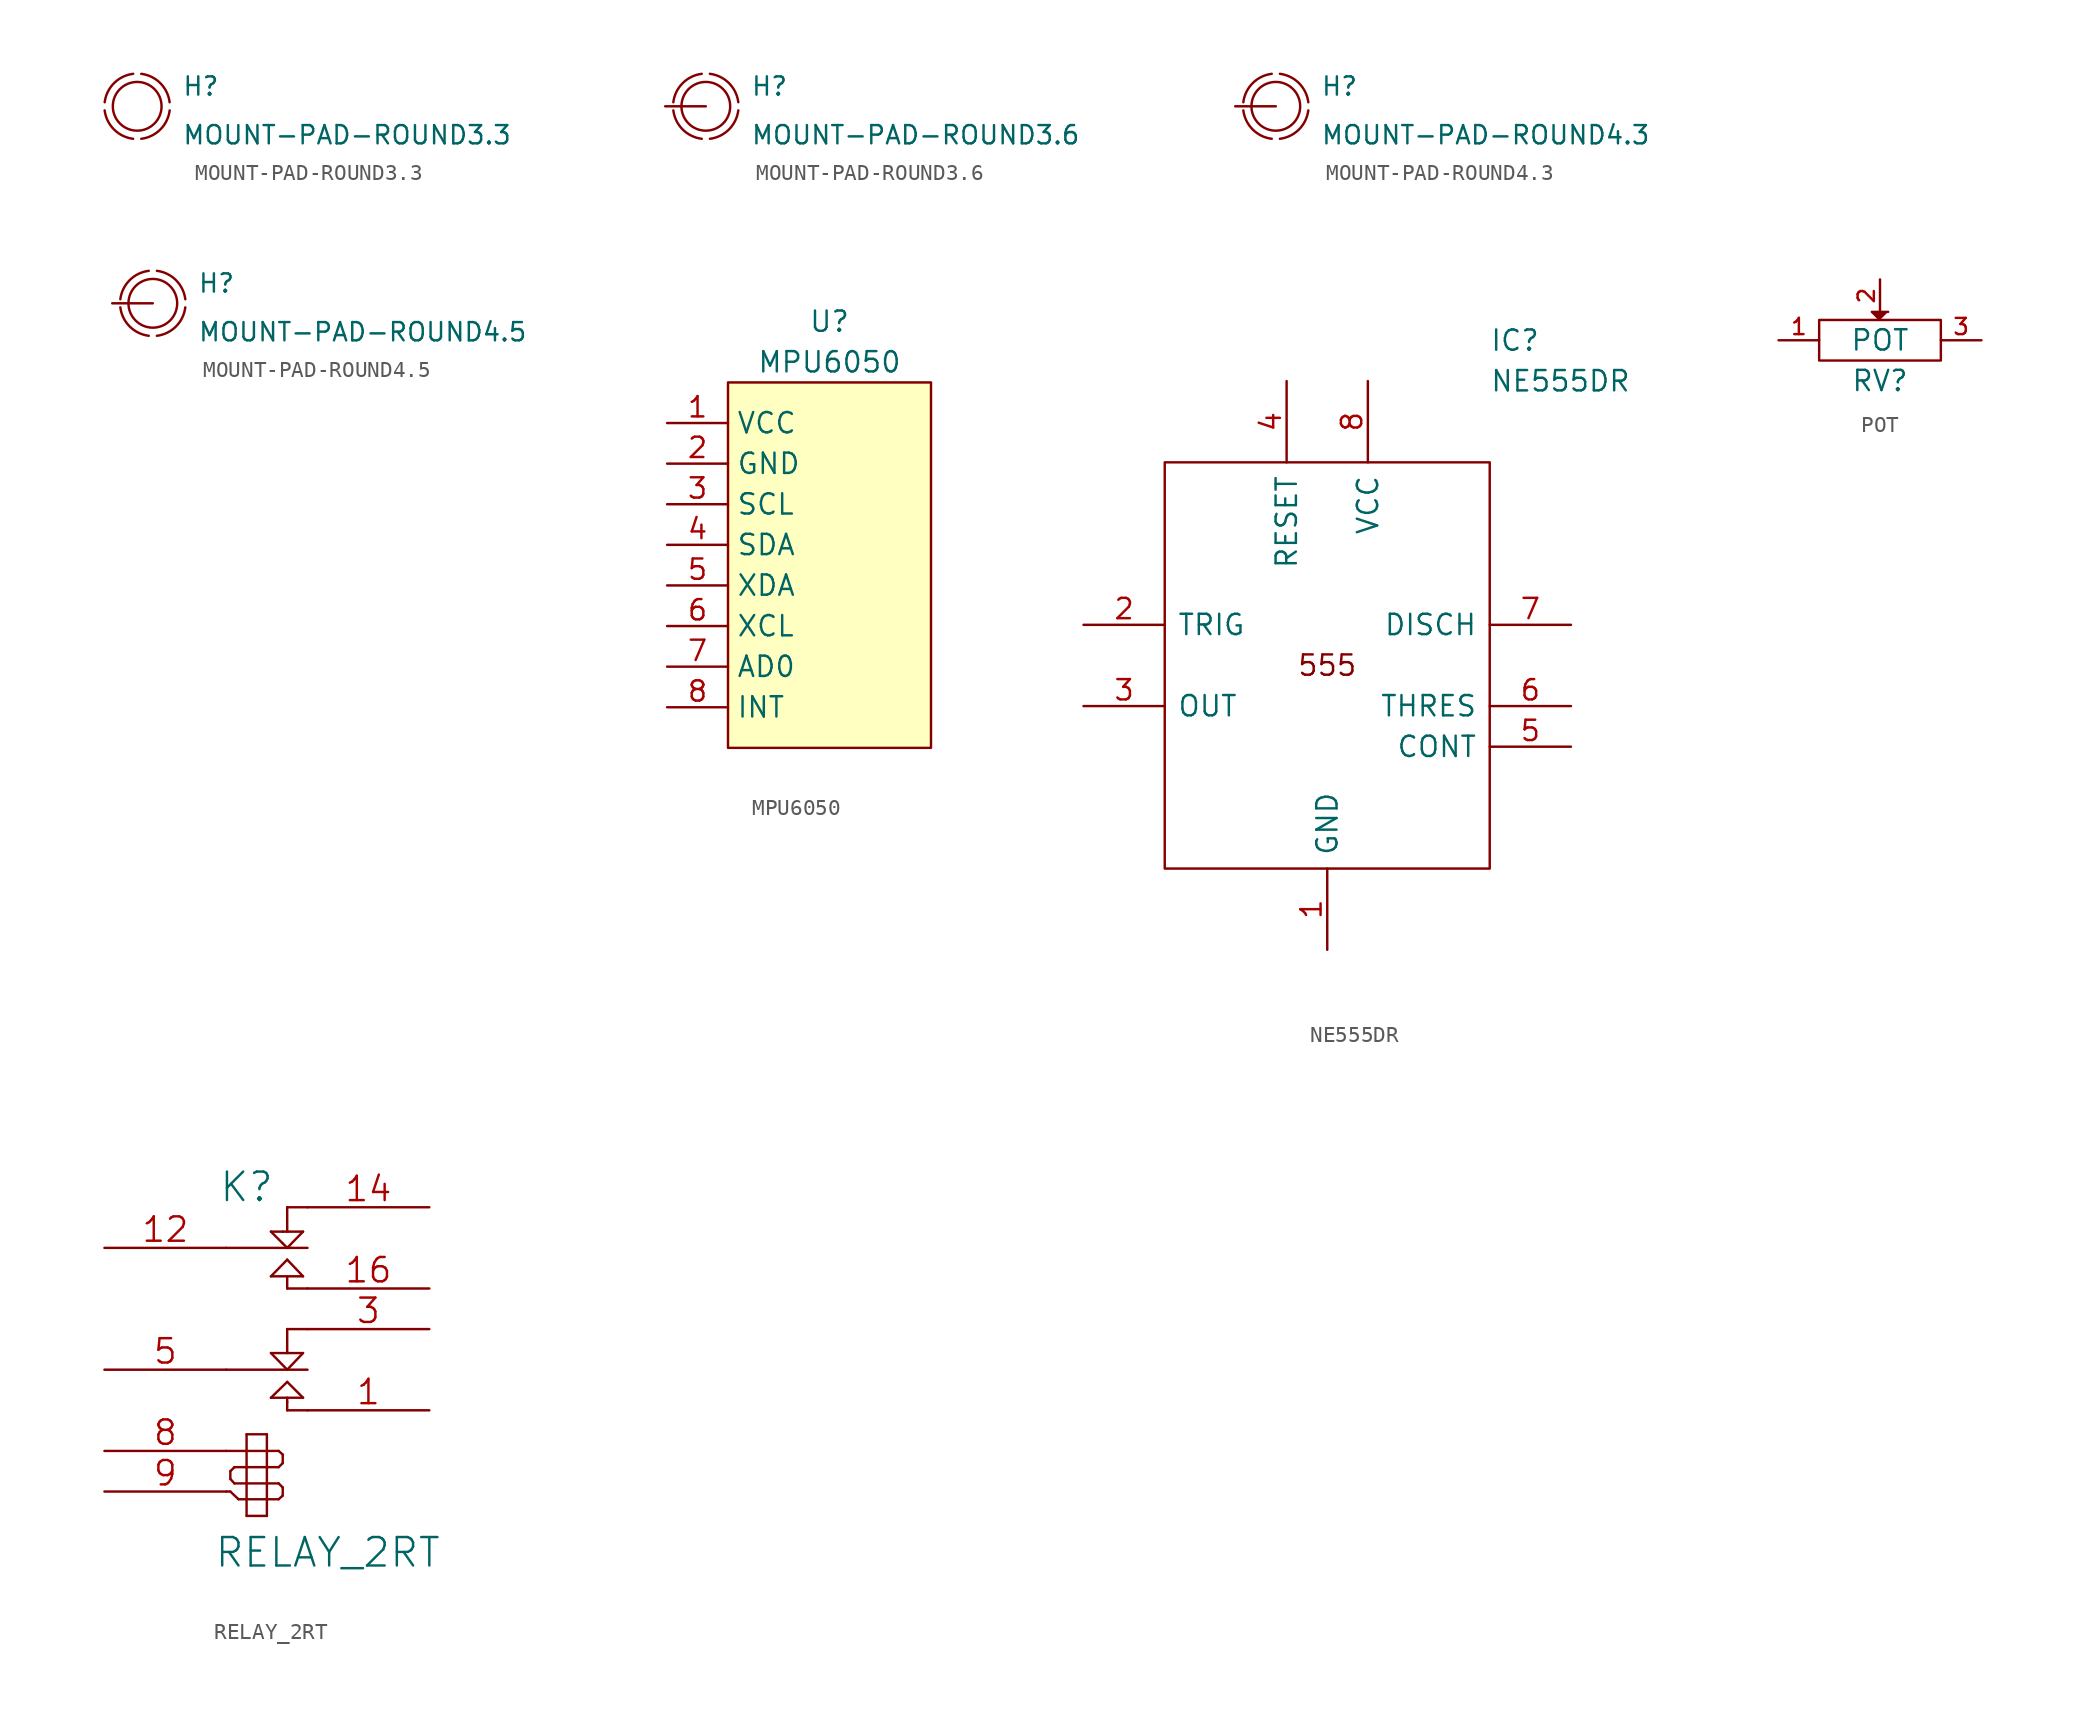
<source format=kicad_sym>
(kicad_symbol_lib
  (version 20220102)
  (generator kicad_symbol_editor)
  (symbol "MOUNT-PAD-ROUND3.3"
    (pin_numbers hide)
    (pin_names hide)
    (property "Reference" "H"
      (at 2.794 0.584 0)
      (effects (font (size 1.143 1.143)) (justify left bottom)))
    (property "Value" "MOUNT-PAD-ROUND3.3"
      (at 2.794 -2.464 0)
      (effects (font (size 1.143 1.143)) (justify left bottom)))
    (property "ki_locked" ""
      (at 0 0 0)
      (effects (font (size 1.27 1.27))))
    (symbol "MOUNT-PAD-ROUND3.3_1_1"
      (arc (start -2.032 -0.254) (mid -1.448 -1.448) (end -0.254 -2.032) (stroke (width 0) (type default)) (fill (type none)))
      (arc (start -0.254 2.032) (mid -1.448 1.448) (end -2.032 0.254) (stroke (width 0) (type default)) (fill (type none)))
      (circle (center 0 0) (radius 1.524) (stroke (width 0) (type default)) (fill (type none)))
      (arc (start 0.254 -2.032) (mid 1.448 -1.448) (end 2.032 -0.254) (stroke (width 0) (type default)) (fill (type none)))
      (arc (start 2.032 0.254) (mid 1.448 1.448) (end 0.254 2.032) (stroke (width 0) (type default)) (fill (type none)))))
  (symbol "MOUNT-PAD-ROUND3.6"
    (pin_numbers hide)
    (pin_names hide)
    (property "Reference" "H"
      (at 2.794 0.584 0)
      (effects (font (size 1.143 1.143)) (justify left bottom)))
    (property "Value" "MOUNT-PAD-ROUND3.6"
      (at 2.794 -2.464 0)
      (effects (font (size 1.143 1.143)) (justify left bottom)))
    (property "ki_locked" ""
      (at 0 0 0)
      (effects (font (size 1.27 1.27))))
    (symbol "MOUNT-PAD-ROUND3.6_1_1"
      (arc (start -2.032 -0.254) (mid -1.448 -1.448) (end -0.254 -2.032) (stroke (width 0) (type default)) (fill (type none)))
      (arc (start -0.254 2.032) (mid -1.448 1.448) (end -2.032 0.254) (stroke (width 0) (type default)) (fill (type none)))
      (circle (center 0 0) (radius 1.524) (stroke (width 0) (type default)) (fill (type none)))
      (arc (start 0.254 -2.032) (mid 1.448 -1.448) (end 2.032 -0.254) (stroke (width 0) (type default)) (fill (type none)))
      (arc (start 2.032 0.254) (mid 1.448 1.448) (end 0.254 2.032) (stroke (width 0) (type default)) (fill (type none)))
      (pin passive line (at -2.54 0 0) (length 2.54) (name "MOUNT" (effects (font (size 1.016 1.016)))) (number "B3,6" (effects (font (size 1.016 1.016)))))))
  (symbol "MOUNT-PAD-ROUND4.3"
    (pin_numbers hide)
    (pin_names hide)
    (property "Reference" "H"
      (at 2.794 0.584 0)
      (effects (font (size 1.143 1.143)) (justify left bottom)))
    (property "Value" "MOUNT-PAD-ROUND4.3"
      (at 2.794 -2.464 0)
      (effects (font (size 1.143 1.143)) (justify left bottom)))
    (property "ki_locked" ""
      (at 0 0 0)
      (effects (font (size 1.27 1.27))))
    (symbol "MOUNT-PAD-ROUND4.3_1_1"
      (arc (start -2.032 -0.254) (mid -1.448 -1.448) (end -0.254 -2.032) (stroke (width 0) (type default)) (fill (type none)))
      (arc (start -0.254 2.032) (mid -1.448 1.448) (end -2.032 0.254) (stroke (width 0) (type default)) (fill (type none)))
      (circle (center 0 0) (radius 1.524) (stroke (width 0) (type default)) (fill (type none)))
      (arc (start 0.254 -2.032) (mid 1.448 -1.448) (end 2.032 -0.254) (stroke (width 0) (type default)) (fill (type none)))
      (arc (start 2.032 0.254) (mid 1.448 1.448) (end 0.254 2.032) (stroke (width 0) (type default)) (fill (type none)))
      (pin passive line (at -2.54 0 0) (length 2.54) (name "MOUNT" (effects (font (size 1.016 1.016)))) (number "B4,3" (effects (font (size 1.016 1.016)))))))
  (symbol "MOUNT-PAD-ROUND4.5"
    (pin_numbers hide)
    (pin_names hide)
    (property "Reference" "H"
      (at 2.794 0.584 0)
      (effects (font (size 1.143 1.143)) (justify left bottom)))
    (property "Value" "MOUNT-PAD-ROUND4.5"
      (at 2.794 -2.464 0)
      (effects (font (size 1.143 1.143)) (justify left bottom)))
    (property "ki_locked" ""
      (at 0 0 0)
      (effects (font (size 1.27 1.27))))
    (symbol "MOUNT-PAD-ROUND4.5_1_1"
      (arc (start -2.032 -0.254) (mid -1.448 -1.448) (end -0.254 -2.032) (stroke (width 0) (type default)) (fill (type none)))
      (arc (start -0.254 2.032) (mid -1.448 1.448) (end -2.032 0.254) (stroke (width 0) (type default)) (fill (type none)))
      (circle (center 0 0) (radius 1.524) (stroke (width 0) (type default)) (fill (type none)))
      (arc (start 0.254 -2.032) (mid 1.448 -1.448) (end 2.032 -0.254) (stroke (width 0) (type default)) (fill (type none)))
      (arc (start 2.032 0.254) (mid 1.448 1.448) (end 0.254 2.032) (stroke (width 0) (type default)) (fill (type none)))
      (pin passive line (at -2.54 0 0) (length 2.54) (name "MOUNT" (effects (font (size 1.016 1.016)))) (number "B4,5" (effects (font (size 1.016 1.016)))))))
  (symbol "MPU6050"
    (property "Reference" "U"
      (at 0 15.24 0)
      (effects (font (size 1.27 1.27))))
    (property "Value" "MPU6050"
      (at 0 12.7 0)
      (effects (font (size 1.27 1.27))))
    (symbol "MPU6050_0_1"
      (rectangle (start -6.35 11.43) (end 6.35 -11.43) (stroke (width 0) (type default)) (fill (type background))))
    (symbol "MPU6050_1_1"
      (pin input line (at -10.16 8.89 0) (length 3.81) (name "VCC" (effects (font (size 1.27 1.27)))) (number "1" (effects (font (size 1.27 1.27)))))
      (pin input line (at -10.16 6.35 0) (length 3.81) (name "GND" (effects (font (size 1.27 1.27)))) (number "2" (effects (font (size 1.27 1.27)))))
      (pin input line (at -10.16 3.81 0) (length 3.81) (name "SCL" (effects (font (size 1.27 1.27)))) (number "3" (effects (font (size 1.27 1.27)))))
      (pin input line (at -10.16 1.27 0) (length 3.81) (name "SDA" (effects (font (size 1.27 1.27)))) (number "4" (effects (font (size 1.27 1.27)))))
      (pin input line (at -10.16 -1.27 0) (length 3.81) (name "XDA" (effects (font (size 1.27 1.27)))) (number "5" (effects (font (size 1.27 1.27)))))
      (pin input line (at -10.16 -3.81 0) (length 3.81) (name "XCL" (effects (font (size 1.27 1.27)))) (number "6" (effects (font (size 1.27 1.27)))))
      (pin input line (at -10.16 -6.35 0) (length 3.81) (name "AD0" (effects (font (size 1.27 1.27)))) (number "7" (effects (font (size 1.27 1.27)))))
      (pin input line (at -10.16 -8.89 0) (length 3.81) (name "INT" (effects (font (size 1.27 1.27)))) (number "8" (effects (font (size 1.27 1.27)))))))
  (symbol "NE555DR"
    (pin_names
      (offset 0.762))
    (property "Reference" "IC"
      (at 25.4 17.78 0)
      (effects (font (size 1.27 1.27)) (justify left)))
    (property "Value" "NE555DR"
      (at 25.4 15.24 0)
      (effects (font (size 1.27 1.27)) (justify left)))
    (symbol "NE555DR_0_0"
      (pin bidirectional line (at 15.24 -20.32 90) (length 5.08) (name "GND" (effects (font (size 1.27 1.27)))) (number "1" (effects (font (size 1.27 1.27)))))
      (pin bidirectional line (at 0 0 0) (length 5.08) (name "TRIG" (effects (font (size 1.27 1.27)))) (number "2" (effects (font (size 1.27 1.27)))))
      (pin bidirectional line (at 0 -5.08 0) (length 5.08) (name "OUT" (effects (font (size 1.27 1.27)))) (number "3" (effects (font (size 1.27 1.27)))))
      (pin bidirectional line (at 12.7 15.24 270) (length 5.08) (name "RESET" (effects (font (size 1.27 1.27)))) (number "4" (effects (font (size 1.27 1.27)))))
      (pin bidirectional line (at 30.48 -7.62 180) (length 5.08) (name "CONT" (effects (font (size 1.27 1.27)))) (number "5" (effects (font (size 1.27 1.27)))))
      (pin bidirectional line (at 30.48 -5.08 180) (length 5.08) (name "THRES" (effects (font (size 1.27 1.27)))) (number "6" (effects (font (size 1.27 1.27)))))
      (pin bidirectional line (at 30.48 0 180) (length 5.08) (name "DISCH" (effects (font (size 1.27 1.27)))) (number "7" (effects (font (size 1.27 1.27)))))
      (pin bidirectional line (at 17.78 15.24 270) (length 5.08) (name "VCC" (effects (font (size 1.27 1.27)))) (number "8" (effects (font (size 1.27 1.27))))))
    (symbol "NE555DR_0_1"
      (polyline (pts (xy 5.08 10.16) (xy 25.4 10.16) (xy 25.4 -15.24) (xy 5.08 -15.24) (xy 5.08 10.16)) (stroke (width 0.152) (type default)) (fill (type none)))
      (text "555" (at 15.24 -2.54 0) (effects (font (size 1.27 1.27))))))
  (symbol "POT"
    (pin_names hide)
    (property "Reference" "RV"
      (at 0 -2.54 0)
      (effects (font (size 1.27 1.27))))
    (property "Value" "POT"
      (at 0 0 0)
      (effects (font (size 1.27 1.27))))
    (property "Footprint" ""
      (at 0 0 0)
      (effects (font (size 1.524 1.524))))
    (property "Datasheet" ""
      (at 0 0 0)
      (effects (font (size 1.524 1.524))))
    (symbol "POT_0_1"
      (rectangle (start -3.81 1.27) (end 3.81 -1.27) (stroke (width 0) (type default)) (fill (type none)))
      (polyline (pts (xy 0 1.27) (xy -0.508 1.778) (xy 0.508 1.778)) (stroke (width 0) (type default)) (fill (type outline))))
    (symbol "POT_1_1"
      (pin passive line (at -6.35 0 0) (length 2.54) (name "1" (effects (font (size 1.016 1.016)))) (number "1" (effects (font (size 1.016 1.016)))))
      (pin passive line (at 0 3.81 270) (length 2.032) (name "2" (effects (font (size 1.016 1.016)))) (number "2" (effects (font (size 1.016 1.016)))))
      (pin passive line (at 6.35 0 180) (length 2.54) (name "3" (effects (font (size 1.016 1.016)))) (number "3" (effects (font (size 1.016 1.016)))))))
  (symbol "RELAY_2RT"
    (pin_names hide)
    (property "Reference" "K"
      (at -1.27 10.16 0)
      (effects (font (size 1.778 1.778))))
    (property "Value" "RELAY_2RT"
      (at 3.81 -12.7 0)
      (effects (font (size 1.778 1.778))))
    (property "Footprint" ""
      (at 0 0 0)
      (effects (font (size 1.524 1.524))))
    (property "Datasheet" ""
      (at 0 0 0)
      (effects (font (size 1.524 1.524))))
    (symbol "RELAY_2RT_0_1"
      (polyline (pts (xy -2.54 -8.89) (xy -2.286 -8.89)) (stroke (width 0) (type default)) (fill (type none)))
      (polyline (pts (xy -2.54 -6.35) (xy -1.27 -6.35)) (stroke (width 0) (type default)) (fill (type none)))
      (polyline (pts (xy -2.54 -1.27) (xy 1.27 -1.27)) (stroke (width 0) (type default)) (fill (type none)))
      (polyline (pts (xy -2.286 -8.89) (xy -1.778 -9.373)) (stroke (width 0) (type default)) (fill (type none)))
      (polyline (pts (xy -2.286 -8.103) (xy -2.286 -7.62)) (stroke (width 0) (type default)) (fill (type none)))
      (polyline (pts (xy -2.032 -8.382) (xy -2.286 -8.103)) (stroke (width 0) (type default)) (fill (type none)))
      (polyline (pts (xy -2.032 -7.366) (xy -2.286 -7.62)) (stroke (width 0) (type default)) (fill (type none)))
      (polyline (pts (xy -1.778 -9.373) (xy -1.27 -9.373)) (stroke (width 0) (type default)) (fill (type none)))
      (polyline (pts (xy -1.27 -10.414) (xy -1.27 -5.309)) (stroke (width 0) (type default)) (fill (type none)))
      (polyline (pts (xy -1.27 -8.382) (xy -2.032 -8.382)) (stroke (width 0) (type default)) (fill (type none)))
      (polyline (pts (xy -1.27 -8.382) (xy 0 -8.382)) (stroke (width 0) (type default)) (fill (type none)))
      (polyline (pts (xy -1.27 -7.366) (xy -2.032 -7.366)) (stroke (width 0) (type default)) (fill (type none)))
      (polyline (pts (xy -1.27 -6.35) (xy 0 -6.35)) (stroke (width 0) (type default)) (fill (type none)))
      (polyline (pts (xy -1.27 -5.309) (xy 0 -5.309)) (stroke (width 0) (type default)) (fill (type none)))
      (polyline (pts (xy 0 -10.414) (xy -1.27 -10.414)) (stroke (width 0) (type default)) (fill (type none)))
      (polyline (pts (xy 0 -9.373) (xy -1.27 -9.373)) (stroke (width 0) (type default)) (fill (type none)))
      (polyline (pts (xy 0 -9.373) (xy 0.737 -9.373)) (stroke (width 0) (type default)) (fill (type none)))
      (polyline (pts (xy 0 -8.382) (xy 0.737 -8.382)) (stroke (width 0) (type default)) (fill (type none)))
      (polyline (pts (xy 0 -7.366) (xy -1.27 -7.366)) (stroke (width 0) (type default)) (fill (type none)))
      (polyline (pts (xy 0 -7.366) (xy 0.737 -7.366)) (stroke (width 0) (type default)) (fill (type none)))
      (polyline (pts (xy 0 -6.35) (xy 0.737 -6.35)) (stroke (width 0) (type default)) (fill (type none)))
      (polyline (pts (xy 0 -5.309) (xy 0 -10.414)) (stroke (width 0) (type default)) (fill (type none)))
      (polyline (pts (xy 0.254 -3.023) (xy 2.261 -3.023)) (stroke (width 0) (type default)) (fill (type none)))
      (polyline (pts (xy 0.254 -0.229) (xy 2.261 -0.229)) (stroke (width 0) (type default)) (fill (type none)))
      (polyline (pts (xy 0.254 4.572) (xy 1.27 5.613)) (stroke (width 0) (type default)) (fill (type none)))
      (polyline (pts (xy 0.254 7.366) (xy 0.991 7.366)) (stroke (width 0) (type default)) (fill (type none)))
      (polyline (pts (xy 0.737 -9.373) (xy 0.991 -9.144)) (stroke (width 0) (type default)) (fill (type none)))
      (polyline (pts (xy 0.737 -8.382) (xy 0.991 -8.636)) (stroke (width 0) (type default)) (fill (type none)))
      (polyline (pts (xy 0.737 -7.366) (xy 0.991 -7.112)) (stroke (width 0) (type default)) (fill (type none)))
      (polyline (pts (xy 0.737 -6.35) (xy 0.991 -6.579)) (stroke (width 0) (type default)) (fill (type none)))
      (polyline (pts (xy 0.991 -9.144) (xy 0.991 -8.636)) (stroke (width 0) (type default)) (fill (type none)))
      (polyline (pts (xy 0.991 -6.579) (xy 0.991 -7.112)) (stroke (width 0) (type default)) (fill (type none)))
      (polyline (pts (xy 0.991 6.629) (xy 0.254 7.366)) (stroke (width 0) (type default)) (fill (type none)))
      (polyline (pts (xy 0.991 6.629) (xy 1.27 6.35)) (stroke (width 0) (type default)) (fill (type none)))
      (polyline (pts (xy 0.991 7.366) (xy 2.261 7.366)) (stroke (width 0) (type default)) (fill (type none)))
      (polyline (pts (xy 1.27 -3.81) (xy 1.27 -3.302)) (stroke (width 0) (type default)) (fill (type none)))
      (polyline (pts (xy 1.27 -3.302) (xy 1.27 -3.023)) (stroke (width 0) (type default)) (fill (type none)))
      (polyline (pts (xy 1.27 -2.032) (xy 0.254 -3.023)) (stroke (width 0) (type default)) (fill (type none)))
      (polyline (pts (xy 1.27 -1.27) (xy 0.254 -0.229)) (stroke (width 0) (type default)) (fill (type none)))
      (polyline (pts (xy 1.27 -1.27) (xy 2.54 -1.27)) (stroke (width 0) (type default)) (fill (type none)))
      (polyline (pts (xy 1.27 1.27) (xy 1.27 -0.229)) (stroke (width 0) (type default)) (fill (type none)))
      (polyline (pts (xy 1.27 1.27) (xy 2.54 1.27)) (stroke (width 0) (type default)) (fill (type none)))
      (polyline (pts (xy 1.27 3.81) (xy 1.27 4.572)) (stroke (width 0) (type default)) (fill (type none)))
      (polyline (pts (xy 1.27 3.81) (xy 2.54 3.81)) (stroke (width 0) (type default)) (fill (type none)))
      (polyline (pts (xy 1.27 5.613) (xy 2.261 4.572)) (stroke (width 0) (type default)) (fill (type none)))
      (polyline (pts (xy 1.27 6.35) (xy -2.54 6.35)) (stroke (width 0) (type default)) (fill (type none)))
      (polyline (pts (xy 1.27 6.35) (xy 1.524 6.35)) (stroke (width 0) (type default)) (fill (type none)))
      (polyline (pts (xy 1.27 8.89) (xy 1.27 7.366)) (stroke (width 0) (type default)) (fill (type none)))
      (polyline (pts (xy 1.27 8.89) (xy 2.54 8.89)) (stroke (width 0) (type default)) (fill (type none)))
      (polyline (pts (xy 1.524 6.35) (xy 2.54 6.35)) (stroke (width 0) (type default)) (fill (type none)))
      (polyline (pts (xy 2.261 -3.023) (xy 1.27 -2.032)) (stroke (width 0) (type default)) (fill (type none)))
      (polyline (pts (xy 2.261 -0.229) (xy 1.27 -1.27)) (stroke (width 0) (type default)) (fill (type none)))
      (polyline (pts (xy 2.261 4.572) (xy 0.254 4.572)) (stroke (width 0) (type default)) (fill (type none)))
      (polyline (pts (xy 2.261 7.366) (xy 1.27 6.35)) (stroke (width 0) (type default)) (fill (type none)))
      (polyline (pts (xy 2.54 -3.81) (xy 1.27 -3.81)) (stroke (width 0) (type default)) (fill (type none))))
    (symbol "RELAY_2RT_1_1"
      (pin passive line (at 10.16 -3.81 180) (length 7.62) (name "T1" (effects (font (size 1.524 1.524)))) (number "1" (effects (font (size 1.524 1.524)))))
      (pin passive line (at -10.16 6.35 0) (length 7.62) (name "C2" (effects (font (size 1.524 1.524)))) (number "12" (effects (font (size 1.524 1.524)))))
      (pin passive line (at 10.16 8.89 180) (length 7.62) (name "R2" (effects (font (size 1.524 1.524)))) (number "14" (effects (font (size 1.524 1.524)))))
      (pin passive line (at 10.16 3.81 180) (length 7.62) (name "T2" (effects (font (size 1.524 1.524)))) (number "16" (effects (font (size 1.524 1.524)))))
      (pin passive line (at 10.16 1.27 180) (length 7.62) (name "R1" (effects (font (size 1.524 1.524)))) (number "3" (effects (font (size 1.524 1.524)))))
      (pin passive line (at -10.16 -1.27 0) (length 7.62) (name "C1" (effects (font (size 1.524 1.524)))) (number "5" (effects (font (size 1.524 1.524)))))
      (pin input line (at -10.16 -6.35 0) (length 7.62) (name "8" (effects (font (size 1.524 1.524)))) (number "8" (effects (font (size 1.524 1.524)))))
      (pin input line (at -10.16 -8.89 0) (length 7.62) (name "9" (effects (font (size 1.524 1.524)))) (number "9" (effects (font (size 1.524 1.524))))))))
</source>
